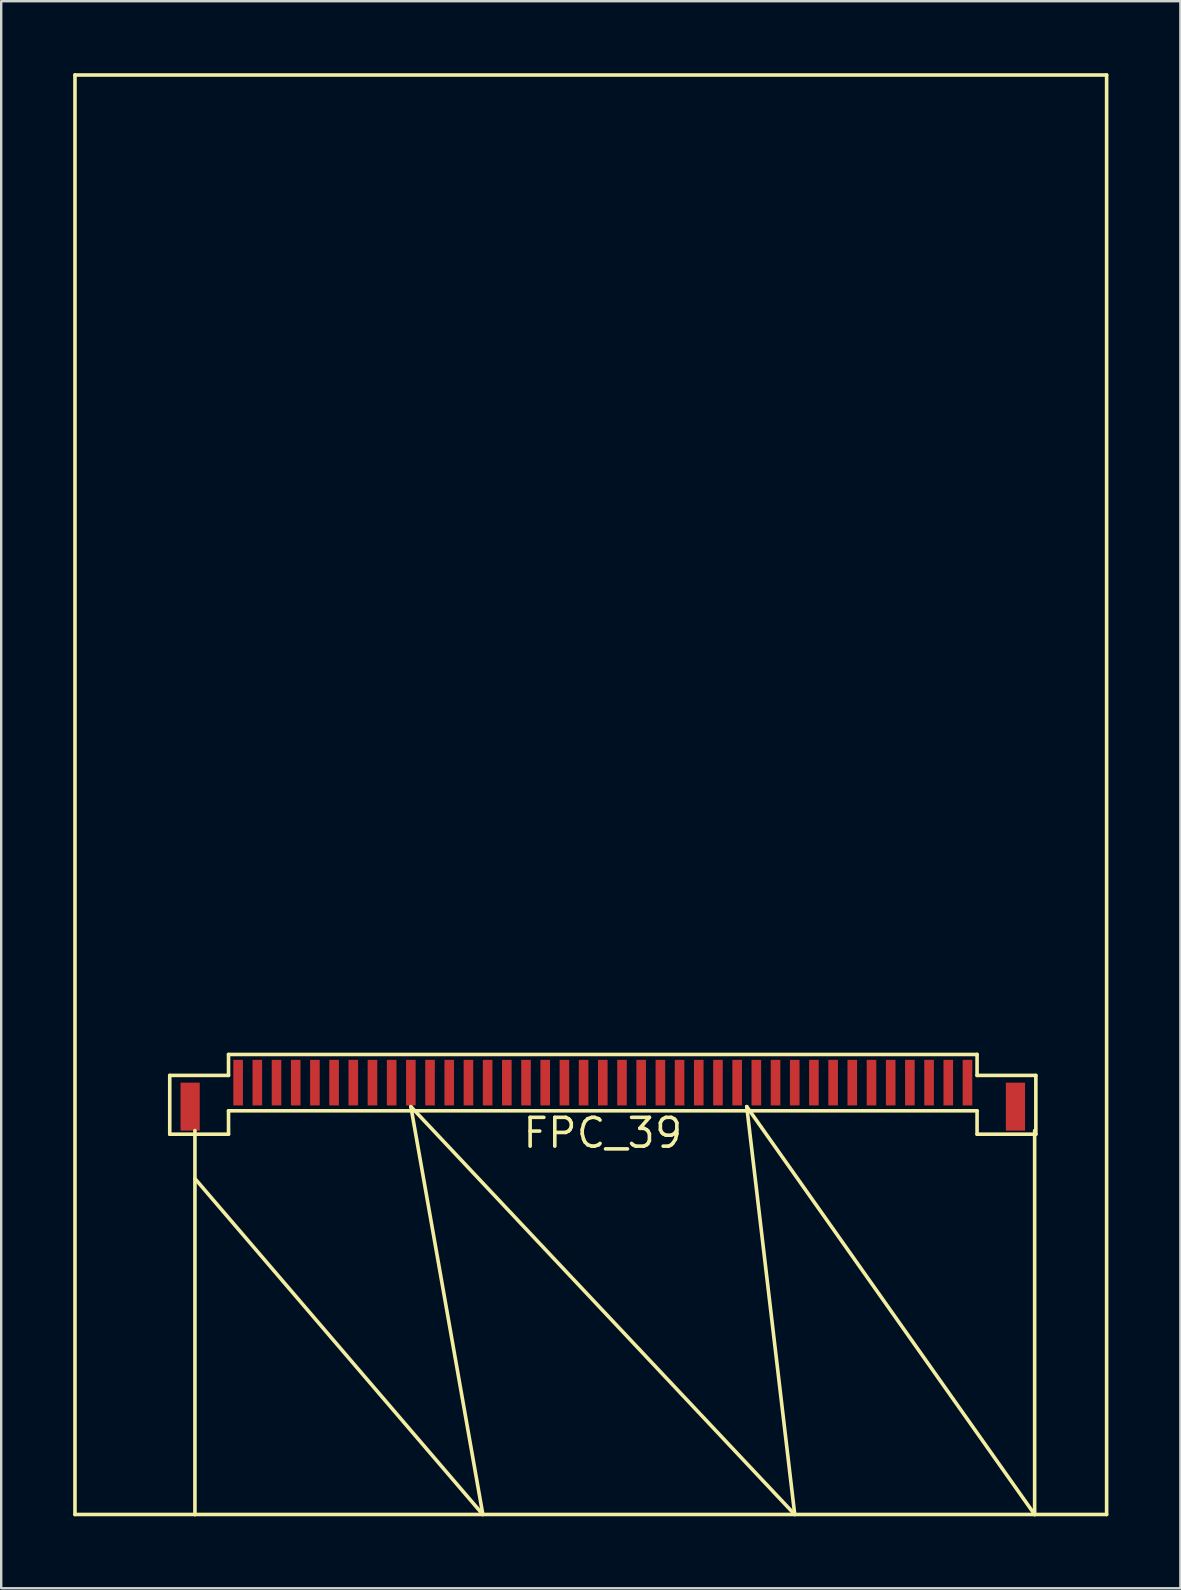
<source format=kicad_pcb>
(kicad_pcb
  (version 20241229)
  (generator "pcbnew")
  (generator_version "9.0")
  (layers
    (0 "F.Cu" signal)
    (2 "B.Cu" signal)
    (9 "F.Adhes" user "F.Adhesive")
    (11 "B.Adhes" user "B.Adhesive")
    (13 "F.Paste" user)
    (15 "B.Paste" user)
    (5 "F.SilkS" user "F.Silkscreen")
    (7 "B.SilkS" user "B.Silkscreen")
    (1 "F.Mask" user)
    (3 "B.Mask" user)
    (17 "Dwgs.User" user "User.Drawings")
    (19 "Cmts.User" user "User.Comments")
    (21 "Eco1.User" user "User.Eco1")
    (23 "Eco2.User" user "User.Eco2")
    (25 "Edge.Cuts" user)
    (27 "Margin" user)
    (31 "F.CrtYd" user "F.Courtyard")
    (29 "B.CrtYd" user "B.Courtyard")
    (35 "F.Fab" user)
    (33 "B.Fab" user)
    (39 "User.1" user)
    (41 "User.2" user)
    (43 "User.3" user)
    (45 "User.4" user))
  (footprint "FPC_39"
    (layer "F.Cu")
    (at 22.075 42.075)
    (property "Reference" "FPC_39" (at 0 2.1 0) (layer "F.SilkS") (effects (font (size 1.2 1.2) (thickness 0.15))))
    (attr through_hole)
    (fp_line (start -22 -42) (end -22 18) (stroke (width 0.15) (type solid)) (layer "F.SilkS"))
    (fp_line (start -22 18) (end -17 18) (stroke (width 0.15) (type solid)) (layer "F.SilkS"))
    (fp_line (start -18.05 -0.3) (end -15.6 -0.3) (stroke (width 0.15) (type solid)) (layer "F.SilkS"))
    (fp_line (start -18.05 2.15) (end -18.05 -0.3) (stroke (width 0.15) (type solid)) (layer "F.SilkS"))
    (fp_line (start -17 2) (end -17 18) (stroke (width 0.15) (type solid)) (layer "F.SilkS"))
    (fp_line (start -17 4) (end -5 18) (stroke (width 0.15) (type solid)) (layer "F.SilkS"))
    (fp_line (start -17 18) (end 18 18) (stroke (width 0.15) (type solid)) (layer "F.SilkS"))
    (fp_line (start -15.6 -1.175) (end 15.6 -1.175) (stroke (width 0.15) (type solid)) (layer "F.SilkS"))
    (fp_line (start -15.6 -0.3) (end -15.6 -1.175) (stroke (width 0.15) (type solid)) (layer "F.SilkS"))
    (fp_line (start -15.6 1.175) (end -15.6 2.15) (stroke (width 0.15) (type solid)) (layer "F.SilkS"))
    (fp_line (start -15.6 1.175) (end 15.6 1.175) (stroke (width 0.15) (type solid)) (layer "F.SilkS"))
    (fp_line (start -15.6 2.15) (end -18.05 2.15) (stroke (width 0.15) (type solid)) (layer "F.SilkS"))
    (fp_line (start -8 1) (end 8 18) (stroke (width 0.15) (type solid)) (layer "F.SilkS"))
    (fp_line (start -5 18) (end -8 1) (stroke (width 0.15) (type solid)) (layer "F.SilkS"))
    (fp_line (start 6 1) (end 18 18) (stroke (width 0.15) (type solid)) (layer "F.SilkS"))
    (fp_line (start 8 18) (end 6 1) (stroke (width 0.15) (type solid)) (layer "F.SilkS"))
    (fp_line (start 15.6 -0.3) (end 15.6 -1.175) (stroke (width 0.15) (type solid)) (layer "F.SilkS"))
    (fp_line (start 15.6 1.175) (end 15.6 2.15) (stroke (width 0.15) (type solid)) (layer "F.SilkS"))
    (fp_line (start 15.6 2.15) (end 18.05 2.15) (stroke (width 0.15) (type solid)) (layer "F.SilkS"))
    (fp_line (start 18 2) (end 18 18) (stroke (width 0.15) (type solid)) (layer "F.SilkS"))
    (fp_line (start 18 18) (end 21 18) (stroke (width 0.15) (type solid)) (layer "F.SilkS"))
    (fp_line (start 18.05 -0.3) (end 15.6 -0.3) (stroke (width 0.15) (type solid)) (layer "F.SilkS"))
    (fp_line (start 18.05 2.15) (end 18.05 -0.3) (stroke (width 0.15) (type solid)) (layer "F.SilkS"))
    (fp_line (start 21 -42) (end -22 -42) (stroke (width 0.15) (type solid)) (layer "F.SilkS"))
    (fp_line (start 21 18) (end 21 -42) (stroke (width 0.15) (type solid)) (layer "F.SilkS"))
    (pad "0" smd rect (at -17.2 1) (size 0.8 2) (layers "F.Cu" "F.Mask" "F.Paste"))
    (pad "0" smd rect (at 17.2 1) (size 0.8 2) (layers "F.Cu" "F.Mask" "F.Paste"))
    (pad "1" smd rect (at -15.2 0) (size 0.4 1.9) (layers "F.Cu" "F.Mask" "F.Paste"))
    (pad "2" smd rect (at -14.4 0) (size 0.4 1.9) (layers "F.Cu" "F.Mask" "F.Paste"))
    (pad "3" smd rect (at -13.6 0) (size 0.4 1.9) (layers "F.Cu" "F.Mask" "F.Paste"))
    (pad "4" smd rect (at -12.8 0) (size 0.4 1.9) (layers "F.Cu" "F.Mask" "F.Paste"))
    (pad "5" smd rect (at -12 0) (size 0.4 1.9) (layers "F.Cu" "F.Mask" "F.Paste"))
    (pad "6" smd rect (at -11.2 0) (size 0.4 1.9) (layers "F.Cu" "F.Mask" "F.Paste"))
    (pad "7" smd rect (at -10.4 0) (size 0.4 1.9) (layers "F.Cu" "F.Mask" "F.Paste"))
    (pad "8" smd rect (at -9.6 0) (size 0.4 1.9) (layers "F.Cu" "F.Mask" "F.Paste"))
    (pad "9" smd rect (at -8.8 0) (size 0.4 1.9) (layers "F.Cu" "F.Mask" "F.Paste"))
    (pad "10" smd rect (at -8 0) (size 0.4 1.9) (layers "F.Cu" "F.Mask" "F.Paste"))
    (pad "11" smd rect (at -7.2 0) (size 0.4 1.9) (layers "F.Cu" "F.Mask" "F.Paste"))
    (pad "12" smd rect (at -6.4 0) (size 0.4 1.9) (layers "F.Cu" "F.Mask" "F.Paste"))
    (pad "13" smd rect (at -5.6 0) (size 0.4 1.9) (layers "F.Cu" "F.Mask" "F.Paste"))
    (pad "14" smd rect (at -4.8 0) (size 0.4 1.9) (layers "F.Cu" "F.Mask" "F.Paste"))
    (pad "15" smd rect (at -4 0) (size 0.4 1.9) (layers "F.Cu" "F.Mask" "F.Paste"))
    (pad "16" smd rect (at -3.2 0) (size 0.4 1.9) (layers "F.Cu" "F.Mask" "F.Paste"))
    (pad "17" smd rect (at -2.4 0) (size 0.4 1.9) (layers "F.Cu" "F.Mask" "F.Paste"))
    (pad "18" smd rect (at -1.6 0) (size 0.4 1.9) (layers "F.Cu" "F.Mask" "F.Paste"))
    (pad "19" smd rect (at -0.8 0) (size 0.4 1.9) (layers "F.Cu" "F.Mask" "F.Paste"))
    (pad "20" smd rect (at 0 0) (size 0.4 1.9) (layers "F.Cu" "F.Mask" "F.Paste"))
    (pad "21" smd rect (at 0.8 0) (size 0.4 1.9) (layers "F.Cu" "F.Mask" "F.Paste"))
    (pad "22" smd rect (at 1.6 0) (size 0.4 1.9) (layers "F.Cu" "F.Mask" "F.Paste"))
    (pad "23" smd rect (at 2.4 0) (size 0.4 1.9) (layers "F.Cu" "F.Mask" "F.Paste"))
    (pad "24" smd rect (at 3.2 0) (size 0.4 1.9) (layers "F.Cu" "F.Mask" "F.Paste"))
    (pad "25" smd rect (at 4 0) (size 0.4 1.9) (layers "F.Cu" "F.Mask" "F.Paste"))
    (pad "26" smd rect (at 4.8 0) (size 0.4 1.9) (layers "F.Cu" "F.Mask" "F.Paste"))
    (pad "27" smd rect (at 5.6 0) (size 0.4 1.9) (layers "F.Cu" "F.Mask" "F.Paste"))
    (pad "28" smd rect (at 6.4 0) (size 0.4 1.9) (layers "F.Cu" "F.Mask" "F.Paste"))
    (pad "29" smd rect (at 7.2 0) (size 0.4 1.9) (layers "F.Cu" "F.Mask" "F.Paste"))
    (pad "30" smd rect (at 8 0) (size 0.4 1.9) (layers "F.Cu" "F.Mask" "F.Paste"))
    (pad "31" smd rect (at 8.8 0) (size 0.4 1.9) (layers "F.Cu" "F.Mask" "F.Paste"))
    (pad "32" smd rect (at 9.6 0) (size 0.4 1.9) (layers "F.Cu" "F.Mask" "F.Paste"))
    (pad "33" smd rect (at 10.4 0) (size 0.4 1.9) (layers "F.Cu" "F.Mask" "F.Paste"))
    (pad "34" smd rect (at 11.2 0) (size 0.4 1.9) (layers "F.Cu" "F.Mask" "F.Paste"))
    (pad "35" smd rect (at 12 0) (size 0.4 1.9) (layers "F.Cu" "F.Mask" "F.Paste"))
    (pad "36" smd rect (at 12.8 0) (size 0.4 1.9) (layers "F.Cu" "F.Mask" "F.Paste"))
    (pad "37" smd rect (at 13.6 0) (size 0.4 1.9) (layers "F.Cu" "F.Mask" "F.Paste"))
    (pad "38" smd rect (at 14.4 0) (size 0.4 1.9) (layers "F.Cu" "F.Mask" "F.Paste"))
    (pad "39" smd rect (at 15.2 0) (size 0.4 1.9) (layers "F.Cu" "F.Mask" "F.Paste")))
  (gr_rect
    (start -3 -3)
    (end 46.15 63.15)
    (stroke (width 0.1) (type default))
    (fill no)
    (layer "Edge.Cuts")))
</source>
